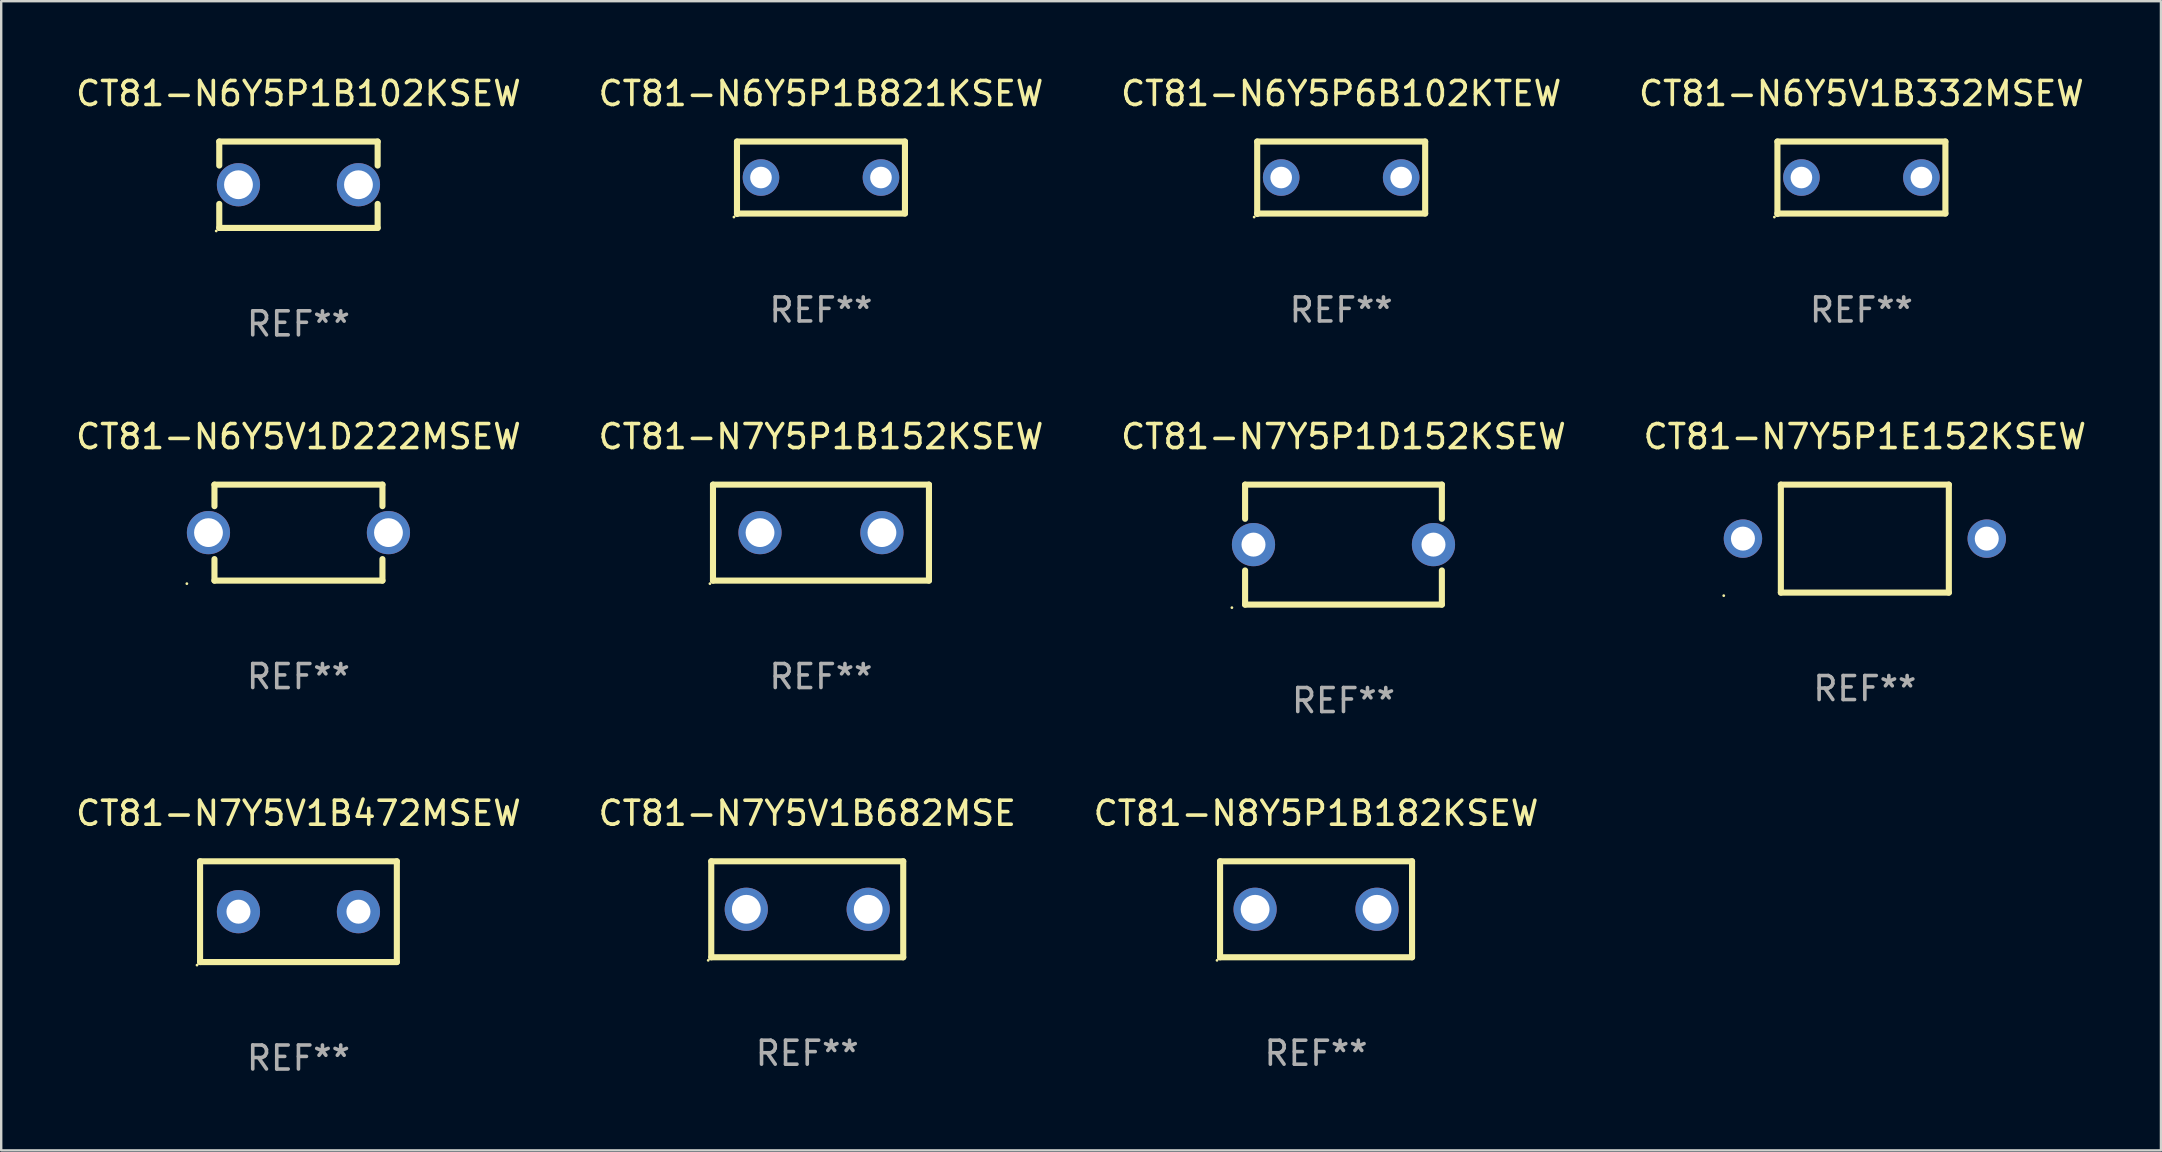
<source format=kicad_pcb>
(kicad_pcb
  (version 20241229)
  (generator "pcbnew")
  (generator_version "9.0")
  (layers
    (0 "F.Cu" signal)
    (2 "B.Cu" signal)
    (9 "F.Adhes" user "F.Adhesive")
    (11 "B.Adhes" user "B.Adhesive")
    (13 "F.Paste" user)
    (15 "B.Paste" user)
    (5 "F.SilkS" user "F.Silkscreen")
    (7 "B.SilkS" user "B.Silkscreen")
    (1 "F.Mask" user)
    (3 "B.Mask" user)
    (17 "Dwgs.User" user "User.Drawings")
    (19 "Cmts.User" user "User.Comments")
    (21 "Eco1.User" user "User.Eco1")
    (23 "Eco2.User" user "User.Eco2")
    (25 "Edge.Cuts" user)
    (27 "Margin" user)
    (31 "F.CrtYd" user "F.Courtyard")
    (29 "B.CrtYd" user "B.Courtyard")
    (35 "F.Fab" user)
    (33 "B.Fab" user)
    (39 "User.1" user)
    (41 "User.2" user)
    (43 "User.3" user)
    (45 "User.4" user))
  (footprint "CT81-N8Y5P1B182KSEW"
    (layer "F.Cu")
    (at 51.792 34.841)
    (property "Reference" "CT81-N8Y5P1B182KSEW" (at 0 -4 0) (layer "F.SilkS") (effects (font (size 1 1) (thickness 0.15))))
    (attr through_hole)
    (fp_line (start -4 -2) (end 4 -2) (stroke (width 0.254) (type solid)) (layer "F.SilkS"))
    (fp_line (start -4 2) (end -4 -2) (stroke (width 0.254) (type solid)) (layer "F.SilkS"))
    (fp_line (start 4 -2) (end 4 2) (stroke (width 0.254) (type solid)) (layer "F.SilkS"))
    (fp_line (start 4 2) (end -4 2) (stroke (width 0.254) (type solid)) (layer "F.SilkS"))
    (fp_circle (center -4.127 2.127) (end -4.097 2.127) (stroke (width 0.06) (type solid)) (fill no) (layer "F.SilkS"))
    (fp_text user "REF**" (at 0 6 0) (layer "F.Fab") (effects (font (size 1 1) (thickness 0.15))))
    (pad "1" thru_hole circle (at -2.54 0) (size 1.8 1.8) (drill 1.2) (layers "*.Cu" "*.Mask"))
    (pad "2" thru_hole circle (at 2.54 0) (size 1.8 1.8) (drill 1.2) (layers "*.Cu" "*.Mask")))
  (footprint "CT81-N7Y5P1E152KSEW"
    (layer "F.Cu")
    (at 74.661 19.395)
    (property "Reference" "CT81-N7Y5P1E152KSEW" (at 0 -4.25 0) (layer "F.SilkS") (effects (font (size 1 1) (thickness 0.15))))
    (attr through_hole)
    (fp_line (start -3.5 -2.25) (end 3.5 -2.25) (stroke (width 0.254) (type solid)) (layer "F.SilkS"))
    (fp_line (start -3.5 2.25) (end -3.5 -2.25) (stroke (width 0.254) (type solid)) (layer "F.SilkS"))
    (fp_line (start 3.5 -2.25) (end 3.5 2.25) (stroke (width 0.254) (type solid)) (layer "F.SilkS"))
    (fp_line (start 3.5 2.25) (end -3.5 2.25) (stroke (width 0.254) (type solid)) (layer "F.SilkS"))
    (fp_circle (center -5.88 2.377) (end -5.85 2.377) (stroke (width 0.06) (type solid)) (fill no) (layer "F.SilkS"))
    (fp_text user "REF**" (at 0 6.25 0) (layer "F.Fab") (effects (font (size 1 1) (thickness 0.15))))
    (pad "1" thru_hole circle (at -5.08 0) (size 1.6 1.6) (drill 1) (layers "*.Cu" "*.Mask"))
    (pad "2" thru_hole circle (at 5.08 0) (size 1.6 1.6) (drill 1) (layers "*.Cu" "*.Mask")))
  (footprint "CT81-N7Y5P1D152KSEW"
    (layer "F.Cu")
    (at 52.935 19.645)
    (property "Reference" "CT81-N7Y5P1D152KSEW" (at 0 -4.5 0) (layer "F.SilkS") (effects (font (size 1 1) (thickness 0.15))))
    (attr through_hole)
    (fp_line (start -4.1 -2.5) (end -4.1 -1.076) (stroke (width 0.254) (type solid)) (layer "F.SilkS"))
    (fp_line (start -4.1 -2.5) (end 4.1 -2.5) (stroke (width 0.254) (type solid)) (layer "F.SilkS"))
    (fp_line (start -4.1 1.076) (end -4.1 2.5) (stroke (width 0.254) (type solid)) (layer "F.SilkS"))
    (fp_line (start -4.1 2.5) (end 4.1 2.5) (stroke (width 0.254) (type solid)) (layer "F.SilkS"))
    (fp_line (start 4.1 -2.5) (end 4.1 -1.076) (stroke (width 0.254) (type solid)) (layer "F.SilkS"))
    (fp_line (start 4.1 1.076) (end 4.1 2.5) (stroke (width 0.254) (type solid)) (layer "F.SilkS"))
    (fp_circle (center -4.65 2.627) (end -4.62 2.627) (stroke (width 0.06) (type solid)) (fill no) (layer "F.SilkS"))
    (fp_text user "REF**" (at 0 6.5 0) (layer "F.Fab") (effects (font (size 1 1) (thickness 0.15))))
    (pad "1" thru_hole circle (at -3.75 0) (size 1.8 1.8) (drill 1) (layers "*.Cu" "*.Mask"))
    (pad "2" thru_hole circle (at 3.75 0) (size 1.8 1.8) (drill 1) (layers "*.Cu" "*.Mask")))
  (footprint "CT81-N6Y5V1B332MSEW"
    (layer "F.Cu")
    (at 74.518 4.358)
    (property "Reference" "CT81-N6Y5V1B332MSEW" (at 0 -3.51 0) (layer "F.SilkS") (effects (font (size 1 1) (thickness 0.15))))
    (attr through_hole)
    (fp_line (start -3.5 -1.51) (end 3.5 -1.51) (stroke (width 0.254) (type solid)) (layer "F.SilkS"))
    (fp_line (start -3.5 1.51) (end -3.5 -1.51) (stroke (width 0.254) (type solid)) (layer "F.SilkS"))
    (fp_line (start 3.5 -1.51) (end 3.5 1.49) (stroke (width 0.254) (type solid)) (layer "F.SilkS"))
    (fp_line (start 3.5 1.49) (end -3.5 1.49) (stroke (width 0.254) (type solid)) (layer "F.SilkS"))
    (fp_circle (center -3.627 1.637) (end -3.597 1.637) (stroke (width 0.06) (type solid)) (fill no) (layer "F.SilkS"))
    (fp_text user "REF**" (at 0 5.51 0) (layer "F.Fab") (effects (font (size 1 1) (thickness 0.15))))
    (pad "1" thru_hole circle (at -2.5 -0.01) (size 1.524 1.524) (drill 0.9) (layers "*.Cu" "*.Mask"))
    (pad "2" thru_hole circle (at 2.5 -0.01) (size 1.524 1.524) (drill 0.9) (layers "*.Cu" "*.Mask")))
  (footprint "CT81-N7Y5V1B682MSE"
    (layer "F.Cu")
    (at 30.589 34.841)
    (property "Reference" "CT81-N7Y5V1B682MSE" (at 0 -4 0) (layer "F.SilkS") (effects (font (size 1 1) (thickness 0.15))))
    (attr through_hole)
    (fp_line (start -4 -2) (end 4 -2) (stroke (width 0.254) (type solid)) (layer "F.SilkS"))
    (fp_line (start -4 2) (end -4 -2) (stroke (width 0.254) (type solid)) (layer "F.SilkS"))
    (fp_line (start 4 -2) (end 4 2) (stroke (width 0.254) (type solid)) (layer "F.SilkS"))
    (fp_line (start 4 2) (end -4 2) (stroke (width 0.254) (type solid)) (layer "F.SilkS"))
    (fp_circle (center -4.127 2.127) (end -4.097 2.127) (stroke (width 0.06) (type solid)) (fill no) (layer "F.SilkS"))
    (fp_text user "REF**" (at 0 6 0) (layer "F.Fab") (effects (font (size 1 1) (thickness 0.15))))
    (pad "1" thru_hole circle (at -2.54 0) (size 1.8 1.8) (drill 1.2) (layers "*.Cu" "*.Mask"))
    (pad "2" thru_hole circle (at 2.54 0) (size 1.8 1.8) (drill 1.2) (layers "*.Cu" "*.Mask")))
  (footprint "CT81-N7Y5P1B152KSEW"
    (layer "F.Cu")
    (at 31.161 19.145)
    (property "Reference" "CT81-N7Y5P1B152KSEW" (at 0 -4 0) (layer "F.SilkS") (effects (font (size 1 1) (thickness 0.15))))
    (attr through_hole)
    (fp_line (start -4.5 -2) (end 4.5 -2) (stroke (width 0.254) (type solid)) (layer "F.SilkS"))
    (fp_line (start -4.5 2) (end -4.5 -2) (stroke (width 0.254) (type solid)) (layer "F.SilkS"))
    (fp_line (start 4.5 -2) (end 4.5 2) (stroke (width 0.254) (type solid)) (layer "F.SilkS"))
    (fp_line (start 4.5 2) (end -4.5 2) (stroke (width 0.254) (type solid)) (layer "F.SilkS"))
    (fp_circle (center -4.627 2.127) (end -4.597 2.127) (stroke (width 0.06) (type solid)) (fill no) (layer "F.SilkS"))
    (fp_text user "REF**" (at 0 6 0) (layer "F.Fab") (effects (font (size 1 1) (thickness 0.15))))
    (pad "1" thru_hole circle (at -2.54 0) (size 1.8 1.8) (drill 1.2) (layers "*.Cu" "*.Mask"))
    (pad "2" thru_hole circle (at 2.54 0) (size 1.8 1.8) (drill 1.2) (layers "*.Cu" "*.Mask")))
  (footprint "CT81-N7Y5V1B472MSEW"
    (layer "F.Cu")
    (at 9.387 34.941)
    (property "Reference" "CT81-N7Y5V1B472MSEW" (at 0 -4.1 0) (layer "F.SilkS") (effects (font (size 1 1) (thickness 0.15))))
    (attr through_hole)
    (fp_line (start -4.1 -2.1) (end -4.1 2.1) (stroke (width 0.254) (type solid)) (layer "F.SilkS"))
    (fp_line (start -4.1 -2.1) (end 4.1 -2.1) (stroke (width 0.254) (type solid)) (layer "F.SilkS"))
    (fp_line (start -4.1 2.1) (end 4.1 2.1) (stroke (width 0.254) (type solid)) (layer "F.SilkS"))
    (fp_line (start 4.1 -2.1) (end 4.1 2.1) (stroke (width 0.254) (type solid)) (layer "F.SilkS"))
    (fp_circle (center -4.227 2.227) (end -4.197 2.227) (stroke (width 0.06) (type solid)) (fill no) (layer "F.SilkS"))
    (fp_text user "REF**" (at 0 6.1 0) (layer "F.Fab") (effects (font (size 1 1) (thickness 0.15))))
    (pad "1" thru_hole circle (at -2.5 0) (size 1.8 1.8) (drill 1) (layers "*.Cu" "*.Mask"))
    (pad "2" thru_hole circle (at 2.5 0) (size 1.8 1.8) (drill 1) (layers "*.Cu" "*.Mask")))
  (footprint "CT81-N6Y5P1B102KSEW"
    (layer "F.Cu")
    (at 9.387 4.648)
    (property "Reference" "CT81-N6Y5P1B102KSEW" (at 0 -3.8 0) (layer "F.SilkS") (effects (font (size 1 1) (thickness 0.15))))
    (attr through_hole)
    (fp_line (start -3.3 -1.8) (end -3.3 -0.799) (stroke (width 0.254) (type solid)) (layer "F.SilkS"))
    (fp_line (start -3.3 -1.8) (end 3.3 -1.8) (stroke (width 0.254) (type solid)) (layer "F.SilkS"))
    (fp_line (start -3.3 0.799) (end -3.3 1.8) (stroke (width 0.254) (type solid)) (layer "F.SilkS"))
    (fp_line (start 3.3 1.8) (end -3.3 1.8) (stroke (width 0.254) (type solid)) (layer "F.SilkS"))
    (fp_line (start 3.3 -1.8) (end 3.3 -0.799) (stroke (width 0.254) (type solid)) (layer "F.SilkS"))
    (fp_line (start 3.3 0.799) (end 3.3 1.8) (stroke (width 0.254) (type solid)) (layer "F.SilkS"))
    (fp_circle (center -3.427 1.927) (end -3.397 1.927) (stroke (width 0.06) (type solid)) (fill no) (layer "F.SilkS"))
    (fp_text user "REF**" (at 0 5.8 0) (layer "F.Fab") (effects (font (size 1 1) (thickness 0.15))))
    (pad "1" thru_hole circle (at -2.5 0) (size 1.8 1.8) (drill 1.2) (layers "*.Cu" "*.Mask"))
    (pad "2" thru_hole circle (at 2.5 0) (size 1.8 1.8) (drill 1.2) (layers "*.Cu" "*.Mask")))
  (footprint "CT81-N6Y5P1B821KSEW"
    (layer "F.Cu")
    (at 31.161 4.358)
    (property "Reference" "CT81-N6Y5P1B821KSEW" (at 0 -3.51 0) (layer "F.SilkS") (effects (font (size 1 1) (thickness 0.15))))
    (attr through_hole)
    (fp_line (start -3.5 -1.51) (end 3.5 -1.51) (stroke (width 0.254) (type solid)) (layer "F.SilkS"))
    (fp_line (start -3.5 1.51) (end -3.5 -1.51) (stroke (width 0.254) (type solid)) (layer "F.SilkS"))
    (fp_line (start 3.5 -1.51) (end 3.5 1.49) (stroke (width 0.254) (type solid)) (layer "F.SilkS"))
    (fp_line (start 3.5 1.49) (end -3.5 1.49) (stroke (width 0.254) (type solid)) (layer "F.SilkS"))
    (fp_circle (center -3.627 1.637) (end -3.597 1.637) (stroke (width 0.06) (type solid)) (fill no) (layer "F.SilkS"))
    (fp_text user "REF**" (at 0 5.51 0) (layer "F.Fab") (effects (font (size 1 1) (thickness 0.15))))
    (pad "1" thru_hole circle (at -2.5 -0.01) (size 1.524 1.524) (drill 0.9) (layers "*.Cu" "*.Mask"))
    (pad "2" thru_hole circle (at 2.5 -0.01) (size 1.524 1.524) (drill 0.9) (layers "*.Cu" "*.Mask")))
  (footprint "CT81-N6Y5V1D222MSEW"
    (layer "F.Cu")
    (at 9.387 19.145)
    (property "Reference" "CT81-N6Y5V1D222MSEW" (at 0 -4 0) (layer "F.SilkS") (effects (font (size 1 1) (thickness 0.15))))
    (attr through_hole)
    (fp_line (start -3.5 -2) (end -3.5 -1.103) (stroke (width 0.254) (type solid)) (layer "F.SilkS"))
    (fp_line (start -3.5 -2) (end 3.5 -2) (stroke (width 0.254) (type solid)) (layer "F.SilkS"))
    (fp_line (start -3.5 1.103) (end -3.5 2) (stroke (width 0.254) (type solid)) (layer "F.SilkS"))
    (fp_line (start 3.5 -1.103) (end 3.5 -2) (stroke (width 0.254) (type solid)) (layer "F.SilkS"))
    (fp_line (start 3.5 2) (end -3.5 2) (stroke (width 0.254) (type solid)) (layer "F.SilkS"))
    (fp_line (start 3.5 2) (end 3.5 1.103) (stroke (width 0.254) (type solid)) (layer "F.SilkS"))
    (fp_circle (center -4.65 2.127) (end -4.62 2.127) (stroke (width 0.06) (type solid)) (fill no) (layer "F.SilkS"))
    (fp_text user "REF**" (at 0 6 0) (layer "F.Fab") (effects (font (size 1 1) (thickness 0.15))))
    (pad "1" thru_hole circle (at -3.75 0) (size 1.8 1.8) (drill 1.2) (layers "*.Cu" "*.Mask"))
    (pad "2" thru_hole circle (at 3.75 0) (size 1.8 1.8) (drill 1.2) (layers "*.Cu" "*.Mask")))
  (footprint "CT81-N6Y5P6B102KTEW"
    (layer "F.Cu")
    (at 52.839 4.358)
    (property "Reference" "CT81-N6Y5P6B102KTEW" (at 0 -3.51 0) (layer "F.SilkS") (effects (font (size 1 1) (thickness 0.15))))
    (attr through_hole)
    (fp_line (start -3.5 -1.51) (end 3.5 -1.51) (stroke (width 0.254) (type solid)) (layer "F.SilkS"))
    (fp_line (start -3.5 1.51) (end -3.5 -1.51) (stroke (width 0.254) (type solid)) (layer "F.SilkS"))
    (fp_line (start 3.5 -1.51) (end 3.5 1.49) (stroke (width 0.254) (type solid)) (layer "F.SilkS"))
    (fp_line (start 3.5 1.49) (end -3.5 1.49) (stroke (width 0.254) (type solid)) (layer "F.SilkS"))
    (fp_circle (center -3.627 1.637) (end -3.597 1.637) (stroke (width 0.06) (type solid)) (fill no) (layer "F.SilkS"))
    (fp_text user "REF**" (at 0 5.51 0) (layer "F.Fab") (effects (font (size 1 1) (thickness 0.15))))
    (pad "1" thru_hole circle (at -2.5 -0.01) (size 1.524 1.524) (drill 0.9) (layers "*.Cu" "*.Mask"))
    (pad "2" thru_hole circle (at 2.5 -0.01) (size 1.524 1.524) (drill 0.9) (layers "*.Cu" "*.Mask")))
  (gr_rect
    (start -3 -3)
    (end 87 44.89)
    (stroke (width 0.1) (type default))
    (fill no)
    (layer "Edge.Cuts")))
</source>
